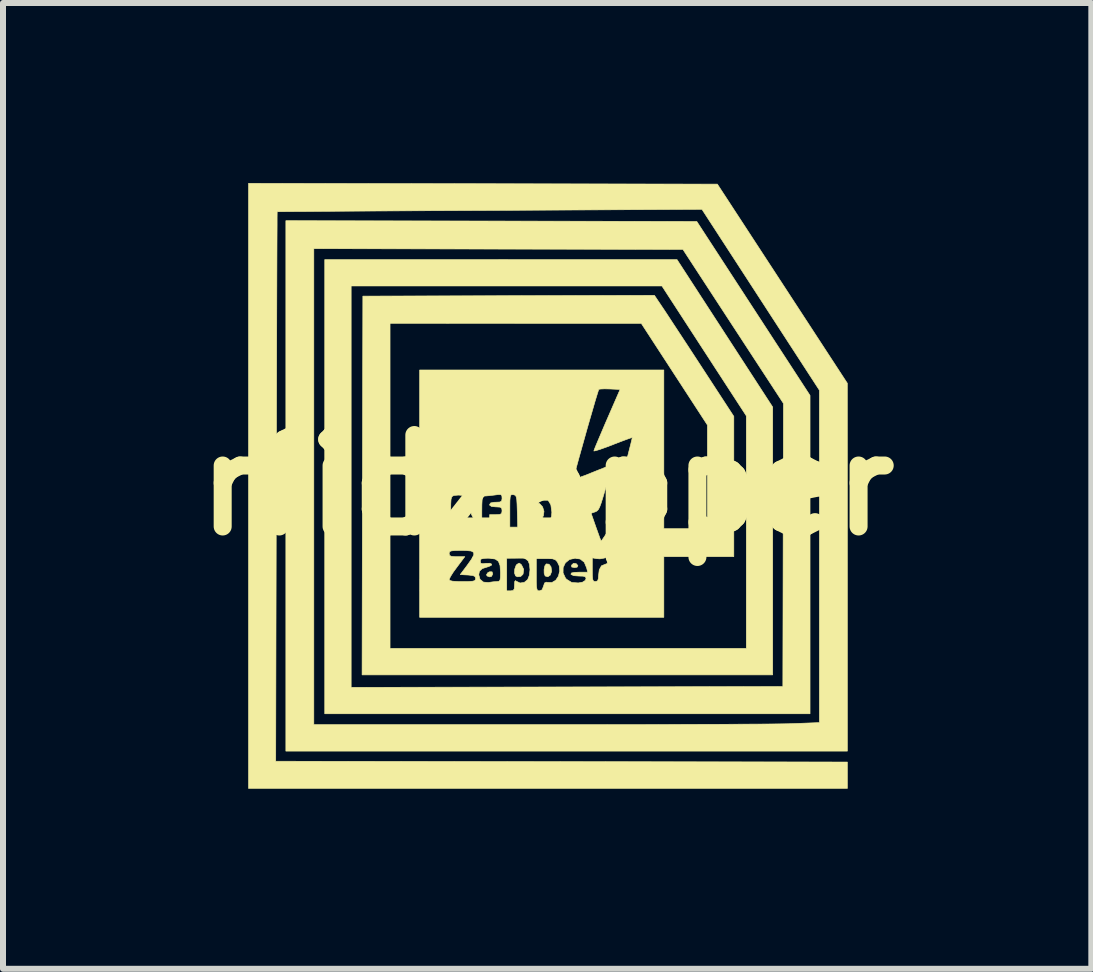
<source format=kicad_pcb>
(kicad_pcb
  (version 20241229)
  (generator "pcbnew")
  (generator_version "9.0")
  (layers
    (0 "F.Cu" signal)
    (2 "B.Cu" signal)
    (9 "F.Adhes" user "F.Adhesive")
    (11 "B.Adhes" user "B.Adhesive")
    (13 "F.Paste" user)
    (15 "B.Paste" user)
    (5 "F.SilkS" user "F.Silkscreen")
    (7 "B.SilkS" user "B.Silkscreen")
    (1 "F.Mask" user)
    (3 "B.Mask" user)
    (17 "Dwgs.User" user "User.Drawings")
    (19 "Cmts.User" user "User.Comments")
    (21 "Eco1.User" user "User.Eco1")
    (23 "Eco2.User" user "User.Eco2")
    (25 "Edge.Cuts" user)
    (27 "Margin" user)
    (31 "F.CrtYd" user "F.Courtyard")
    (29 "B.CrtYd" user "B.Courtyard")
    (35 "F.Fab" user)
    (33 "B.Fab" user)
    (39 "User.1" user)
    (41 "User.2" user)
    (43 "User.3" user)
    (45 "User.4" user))
  (footprint "rfidzapper"
    (layer "F.Cu")
    (at 6.067 5.033)
    (property "Reference" "rfidzapper" (at 0 0 0) (layer "F.SilkS") (effects (font (size 1.524 1.524) (thickness 0.3))))
    (attr through_hole)
    (fp_poly (pts (xy -0.918 1.445) (xy -0.907 1.48) (xy -0.927 1.521) (xy -0.959 1.529) (xy -1.001 1.514) (xy -1.011 1.493) (xy -0.989 1.459) (xy -0.959 1.444) (xy -0.918 1.445)) (stroke (width 0.01) (type solid)) (fill yes) (layer "F.SilkS"))
    (fp_poly (pts (xy 0.483 1.308) (xy 0.512 1.341) (xy 0.499 1.367) (xy 0.457 1.374) (xy 0.409 1.365) (xy 0.405 1.337) (xy 0.406 1.334) (xy 0.438 1.304) (xy 0.483 1.308)) (stroke (width 0.01) (type solid)) (fill yes) (layer "F.SilkS"))
    (fp_poly (pts (xy -1.362 0.294) (xy -1.351 0.328) (xy -1.352 0.343) (xy -1.377 0.392) (xy -1.42 0.413) (xy -1.459 0.398) (xy -1.475 0.359) (xy -1.477 0.333) (xy -1.46 0.295) (xy -1.411 0.285) (xy -1.362 0.294)) (stroke (width 0.01) (type solid)) (fill yes) (layer "F.SilkS"))
    (fp_poly (pts (xy -0.435 1.321) (xy -0.425 1.334) (xy -0.391 1.404) (xy -0.401 1.479) (xy -0.405 1.488) (xy -0.441 1.522) (xy -0.494 1.528) (xy -0.527 1.512) (xy -0.544 1.465) (xy -0.54 1.398) (xy -0.518 1.338) (xy -0.503 1.32) (xy -0.466 1.3) (xy -0.435 1.321)) (stroke (width 0.01) (type solid)) (fill yes) (layer "F.SilkS"))
    (fp_poly (pts (xy 0.031 1.318) (xy 0.064 1.361) (xy 0.074 1.43) (xy 0.073 1.443) (xy 0.051 1.5) (xy 0.011 1.527) (xy -0.031 1.515) (xy -0.034 1.513) (xy -0.05 1.47) (xy -0.051 1.406) (xy -0.039 1.346) (xy -0.015 1.313) (xy -0.015 1.313) (xy 0.031 1.318)) (stroke (width 0.01) (type solid)) (fill yes) (layer "F.SilkS"))
    (fp_poly (pts (xy -0.127 0.307) (xy -0.076 0.363) (xy -0.053 0.437) (xy -0.063 0.512) (xy -0.093 0.555) (xy -0.15 0.588) (xy -0.196 0.596) (xy -0.231 0.593) (xy -0.25 0.574) (xy -0.258 0.528) (xy -0.259 0.442) (xy -0.259 0.441) (xy -0.258 0.354) (xy -0.25 0.308) (xy -0.231 0.289) (xy -0.198 0.285) (xy -0.127 0.307)) (stroke (width 0.01) (type solid)) (fill yes) (layer "F.SilkS"))
    (fp_poly (pts (xy -1.07 -5.022) (xy 2.836 -5.015) (xy 3.919 -3.356) (xy 5.001 -1.698) (xy 5.002 1.367) (xy 5.002 4.432) (xy -4.354 4.432) (xy -4.354 -4.406) (xy -0.931 -4.4) (xy 2.493 -4.393) (xy 3.436 -2.944) (xy 4.38 -1.494) (xy 4.38 3.81) (xy -3.706 3.81) (xy -3.706 -3.758) (xy 2.164 -3.757) (xy 2.961 -2.528) (xy 3.758 -1.3) (xy 3.758 3.162) (xy -3.084 3.162) (xy -3.078 0.006) (xy -3.071 -3.149) (xy -0.642 -3.156) (xy 1.787 -3.162) (xy 1.965 -2.897) (xy 2.023 -2.809) (xy 2.104 -2.685) (xy 2.204 -2.533) (xy 2.317 -2.361) (xy 2.438 -2.176) (xy 2.562 -1.986) (xy 2.626 -1.888) (xy 3.11 -1.145) (xy 3.11 1.192) (xy 1.944 1.192) (xy 1.944 2.203) (xy -2.125 2.203) (xy -2.125 1.14) (xy -1.633 1.14) (xy -1.626 1.171) (xy -1.597 1.187) (xy -1.534 1.192) (xy -1.502 1.192) (xy -1.372 1.192) (xy -1.502 1.365) (xy -1.563 1.448) (xy -1.608 1.519) (xy -1.631 1.565) (xy -1.633 1.572) (xy -1.62 1.59) (xy -1.575 1.601) (xy -1.492 1.606) (xy -1.413 1.607) (xy -1.305 1.606) (xy -1.24 1.601) (xy -1.206 1.591) (xy -1.194 1.572) (xy -1.192 1.556) (xy -1.201 1.525) (xy -1.234 1.508) (xy -1.305 1.499) (xy -1.32 1.498) (xy -1.427 1.492) (xy -1.14 1.492) (xy -1.119 1.569) (xy -1.062 1.616) (xy -0.98 1.623) (xy -0.977 1.622) (xy -0.899 1.611) (xy -0.839 1.607) (xy -0.805 1.603) (xy -0.786 1.584) (xy -0.779 1.536) (xy -0.778 1.453) (xy -0.785 1.341) (xy -0.812 1.27) (xy -0.866 1.232) (xy -0.955 1.219) (xy -0.965 1.219) (xy -0.674 1.219) (xy -0.674 1.762) (xy -0.609 1.762) (xy -0.566 1.756) (xy -0.548 1.727) (xy -0.544 1.667) (xy -0.541 1.607) (xy -0.528 1.591) (xy -0.513 1.602) (xy -0.452 1.631) (xy -0.382 1.621) (xy -0.325 1.575) (xy -0.297 1.503) (xy -0.286 1.41) (xy -0.295 1.319) (xy -0.318 1.261) (xy -0.367 1.224) (xy -0.376 1.222) (xy -0.181 1.222) (xy -0.181 1.492) (xy -0.181 1.613) (xy -0.178 1.691) (xy -0.17 1.736) (xy -0.157 1.757) (xy -0.136 1.762) (xy -0.129 1.762) (xy -0.085 1.745) (xy -0.061 1.685) (xy -0.061 1.684) (xy -0.043 1.63) (xy -0.013 1.617) (xy 0.003 1.621) (xy 0.079 1.623) (xy 0.143 1.585) (xy 0.187 1.518) (xy 0.201 1.463) (xy 0.265 1.463) (xy 0.305 1.549) (xy 0.323 1.569) (xy 0.409 1.622) (xy 0.519 1.63) (xy 0.59 1.617) (xy 0.635 1.588) (xy 0.648 1.557) (xy 0.638 1.529) (xy 0.599 1.517) (xy 0.527 1.515) (xy 0.444 1.509) (xy 0.4 1.49) (xy 0.396 1.484) (xy 0.405 1.464) (xy 0.455 1.454) (xy 0.53 1.451) (xy 0.675 1.451) (xy 0.658 1.38) (xy 0.618 1.285) (xy 0.551 1.232) (xy 0.464 1.218) (xy 0.371 1.24) (xy 0.303 1.296) (xy 0.266 1.375) (xy 0.265 1.463) (xy 0.201 1.463) (xy 0.209 1.435) (xy 0.201 1.346) (xy 0.168 1.277) (xy 0.137 1.245) (xy 0.091 1.228) (xy 0.015 1.222) (xy -0.026 1.222) (xy -0.181 1.222) (xy -0.376 1.222) (xy -0.402 1.217) (xy -0.461 1.217) (xy -0.542 1.218) (xy -0.564 1.218) (xy -0.674 1.219) (xy -0.965 1.219) (xy -0.987 1.218) (xy -1.064 1.221) (xy -1.102 1.233) (xy -1.114 1.259) (xy -1.114 1.268) (xy -1.107 1.301) (xy -1.073 1.31) (xy -1.027 1.304) (xy -0.959 1.302) (xy -0.925 1.316) (xy -0.931 1.338) (xy -0.982 1.36) (xy -0.991 1.362) (xy -1.081 1.391) (xy -1.128 1.434) (xy -1.14 1.492) (xy -1.427 1.492) (xy -1.448 1.49) (xy -1.333 1.337) (xy -1.26 1.234) (xy -1.248 1.212) (xy 0.752 1.212) (xy 0.752 1.41) (xy 0.753 1.51) (xy 0.758 1.569) (xy 0.771 1.598) (xy 0.793 1.607) (xy 0.803 1.607) (xy 0.839 1.597) (xy 0.853 1.558) (xy 0.855 1.515) (xy 0.868 1.412) (xy 0.904 1.345) (xy 0.96 1.322) (xy 0.96 1.322) (xy 1 1.306) (xy 1.011 1.258) (xy 1.005 1.213) (xy 0.975 1.208) (xy 0.951 1.216) (xy 0.879 1.229) (xy 0.822 1.225) (xy 0.752 1.212) (xy -1.248 1.212) (xy -1.223 1.164) (xy -1.224 1.121) (xy -1.267 1.098) (xy -1.353 1.09) (xy -1.426 1.089) (xy -1.529 1.09) (xy -1.591 1.095) (xy -1.622 1.106) (xy -1.632 1.127) (xy -1.633 1.14) (xy -2.125 1.14) (xy -2.125 0.444) (xy -1.607 0.444) (xy -1.607 0.56) (xy -1.604 0.635) (xy -1.596 0.677) (xy -1.581 0.695) (xy -1.557 0.7) (xy -1.542 0.7) (xy -1.498 0.693) (xy -1.48 0.663) (xy -1.477 0.609) (xy -1.472 0.547) (xy -1.449 0.521) (xy -1.426 0.518) (xy -1.375 0.544) (xy -1.336 0.609) (xy -1.3 0.673) (xy -1.256 0.698) (xy -1.232 0.7) (xy -1.187 0.696) (xy -1.171 0.679) (xy -1.183 0.637) (xy -1.223 0.563) (xy -1.227 0.556) (xy -1.262 0.488) (xy -1.27 0.447) (xy -1.266 0.441) (xy -1.089 0.441) (xy -1.089 0.7) (xy -1.024 0.7) (xy -0.982 0.694) (xy -0.963 0.667) (xy -0.959 0.605) (xy -0.959 0.596) (xy -0.959 0.492) (xy -0.855 0.492) (xy -0.789 0.489) (xy -0.759 0.472) (xy -0.752 0.433) (xy -0.752 0.428) (xy -0.752 0.426) (xy -0.622 0.426) (xy -0.622 0.7) (xy -0.491 0.7) (xy -0.363 0.7) (xy -0.222 0.7) (xy -0.126 0.694) (xy -0.058 0.672) (xy -0.002 0.633) (xy 0.051 0.579) (xy 0.073 0.52) (xy 0.078 0.45) (xy 0.061 0.328) (xy 0.011 0.244) (xy -0.074 0.199) (xy -0.1 0.194) (xy -0.191 0.18) (xy -0.279 0.166) (xy -0.279 0.166) (xy -0.363 0.153) (xy -0.363 0.7) (xy -0.491 0.7) (xy -0.498 0.434) (xy -0.502 0.314) (xy -0.507 0.237) (xy -0.517 0.192) (xy -0.532 0.17) (xy -0.555 0.161) (xy -0.564 0.16) (xy -0.59 0.159) (xy -0.606 0.168) (xy -0.616 0.198) (xy -0.621 0.258) (xy -0.622 0.355) (xy -0.622 0.426) (xy -0.752 0.426) (xy -0.757 0.386) (xy -0.784 0.367) (xy -0.846 0.363) (xy -0.855 0.363) (xy -0.927 0.356) (xy -0.957 0.335) (xy -0.959 0.324) (xy -0.942 0.297) (xy -0.885 0.286) (xy -0.855 0.285) (xy -0.789 0.282) (xy -0.759 0.265) (xy -0.752 0.226) (xy -0.752 0.217) (xy -0.755 0.176) (xy -0.773 0.158) (xy -0.82 0.158) (xy -0.872 0.165) (xy -0.955 0.175) (xy -1.023 0.181) (xy -1.04 0.181) (xy -1.062 0.186) (xy -1.076 0.205) (xy -1.084 0.249) (xy -1.088 0.327) (xy -1.089 0.441) (xy -1.266 0.441) (xy -1.253 0.419) (xy -1.226 0.367) (xy -1.22 0.296) (xy -1.235 0.234) (xy -1.251 0.214) (xy -1.306 0.19) (xy -1.389 0.173) (xy -1.478 0.166) (xy -1.548 0.172) (xy -1.549 0.172) (xy -1.575 0.182) (xy -1.592 0.202) (xy -1.602 0.241) (xy -1.606 0.311) (xy -1.607 0.42) (xy -1.607 0.444) (xy -2.125 0.444) (xy -2.125 -0.112) (xy 0.441 -0.112) (xy 0.463 -0.108) (xy 0.527 -0.125) (xy 0.627 -0.16) (xy 0.754 -0.211) (xy 0.871 -0.258) (xy 0.969 -0.297) (xy 1.04 -0.322) (xy 1.073 -0.332) (xy 1.075 -0.332) (xy 1.071 -0.306) (xy 1.054 -0.238) (xy 1.028 -0.139) (xy 0.994 -0.016) (xy 0.975 0.05) (xy 0.932 0.195) (xy 0.9 0.298) (xy 0.874 0.367) (xy 0.851 0.41) (xy 0.827 0.433) (xy 0.8 0.446) (xy 0.732 0.469) (xy 0.813 0.701) (xy 0.849 0.801) (xy 0.877 0.879) (xy 0.896 0.925) (xy 0.9 0.933) (xy 0.915 0.913) (xy 0.953 0.858) (xy 1.006 0.778) (xy 1.049 0.713) (xy 1.109 0.62) (xy 1.157 0.543) (xy 1.186 0.493) (xy 1.192 0.48) (xy 1.17 0.469) (xy 1.139 0.467) (xy 1.101 0.457) (xy 1.1 0.421) (xy 1.103 0.409) (xy 1.119 0.356) (xy 1.144 0.266) (xy 1.176 0.149) (xy 1.212 0.012) (xy 1.251 -0.137) (xy 1.291 -0.287) (xy 1.329 -0.433) (xy 1.362 -0.564) (xy 1.39 -0.673) (xy 1.409 -0.751) (xy 1.418 -0.79) (xy 1.418 -0.793) (xy 1.393 -0.786) (xy 1.33 -0.764) (xy 1.236 -0.729) (xy 1.121 -0.685) (xy 1.095 -0.674) (xy 0.978 -0.63) (xy 0.88 -0.595) (xy 0.811 -0.574) (xy 0.779 -0.568) (xy 0.778 -0.569) (xy 0.787 -0.597) (xy 0.815 -0.666) (xy 0.858 -0.768) (xy 0.912 -0.895) (xy 0.974 -1.041) (xy 0.996 -1.091) (xy 1.215 -1.594) (xy 1.045 -1.602) (xy 0.956 -1.604) (xy 0.89 -1.601) (xy 0.861 -1.596) (xy 0.851 -1.568) (xy 0.829 -1.498) (xy 0.797 -1.393) (xy 0.759 -1.261) (xy 0.715 -1.11) (xy 0.668 -0.947) (xy 0.621 -0.779) (xy 0.575 -0.615) (xy 0.532 -0.462) (xy 0.495 -0.327) (xy 0.466 -0.219) (xy 0.447 -0.145) (xy 0.441 -0.112) (xy -2.125 -0.112) (xy -2.125 -1.918) (xy 1.944 -1.918) (xy 1.944 0.726) (xy 2.67 0.726) (xy 2.67 -1.001) (xy 2.119 -1.848) (xy 1.568 -2.695) (xy -0.525 -2.695) (xy -2.618 -2.696) (xy -2.618 2.721) (xy 3.318 2.721) (xy 3.318 -1.154) (xy 2.615 -2.236) (xy 1.912 -3.318) (xy -3.266 -3.318) (xy -3.266 3.37) (xy 0.33 3.363) (xy 3.927 3.356) (xy 3.932 0.998) (xy 3.937 -1.361) (xy 3.099 -2.644) (xy 2.262 -3.927) (xy -0.813 -3.933) (xy -3.888 -3.94) (xy -3.888 3.991) (xy -0.123 3.991) (xy 0.323 3.991) (xy 0.761 3.991) (xy 1.186 3.99) (xy 1.595 3.99) (xy 1.986 3.989) (xy 2.354 3.987) (xy 2.697 3.986) (xy 3.011 3.985) (xy 3.292 3.983) (xy 3.538 3.982) (xy 3.745 3.98) (xy 3.909 3.978) (xy 4.028 3.976) (xy 4.089 3.974) (xy 4.536 3.957) (xy 4.536 -1.581) (xy 2.579 -4.595) (xy -0.958 -4.577) (xy -1.382 -4.575) (xy -1.791 -4.573) (xy -2.183 -4.571) (xy -2.554 -4.569) (xy -2.903 -4.567) (xy -3.224 -4.565) (xy -3.517 -4.563) (xy -3.777 -4.561) (xy -4.002 -4.559) (xy -4.189 -4.558) (xy -4.334 -4.557) (xy -4.436 -4.556) (xy -4.49 -4.555) (xy -4.499 -4.554) (xy -4.499 -4.528) (xy -4.5 -4.453) (xy -4.5 -4.331) (xy -4.501 -4.165) (xy -4.502 -3.958) (xy -4.503 -3.712) (xy -4.504 -3.43) (xy -4.505 -3.114) (xy -4.506 -2.767) (xy -4.507 -2.392) (xy -4.508 -1.992) (xy -4.509 -1.568) (xy -4.51 -1.124) (xy -4.511 -0.662) (xy -4.512 -0.185) (xy -4.513 0.026) (xy -4.523 4.601) (xy 0.24 4.607) (xy 5.002 4.614) (xy 5.002 5.054) (xy -4.976 5.054) (xy -4.976 -5.028) (xy -1.07 -5.022)) (stroke (width 0.01) (type solid)) (fill yes) (layer "F.SilkS")))
  (gr_rect
    (start -3 -3)
    (end 15.134 13.092)
    (stroke (width 0.1) (type default))
    (fill no)
    (layer "Edge.Cuts")))
</source>
